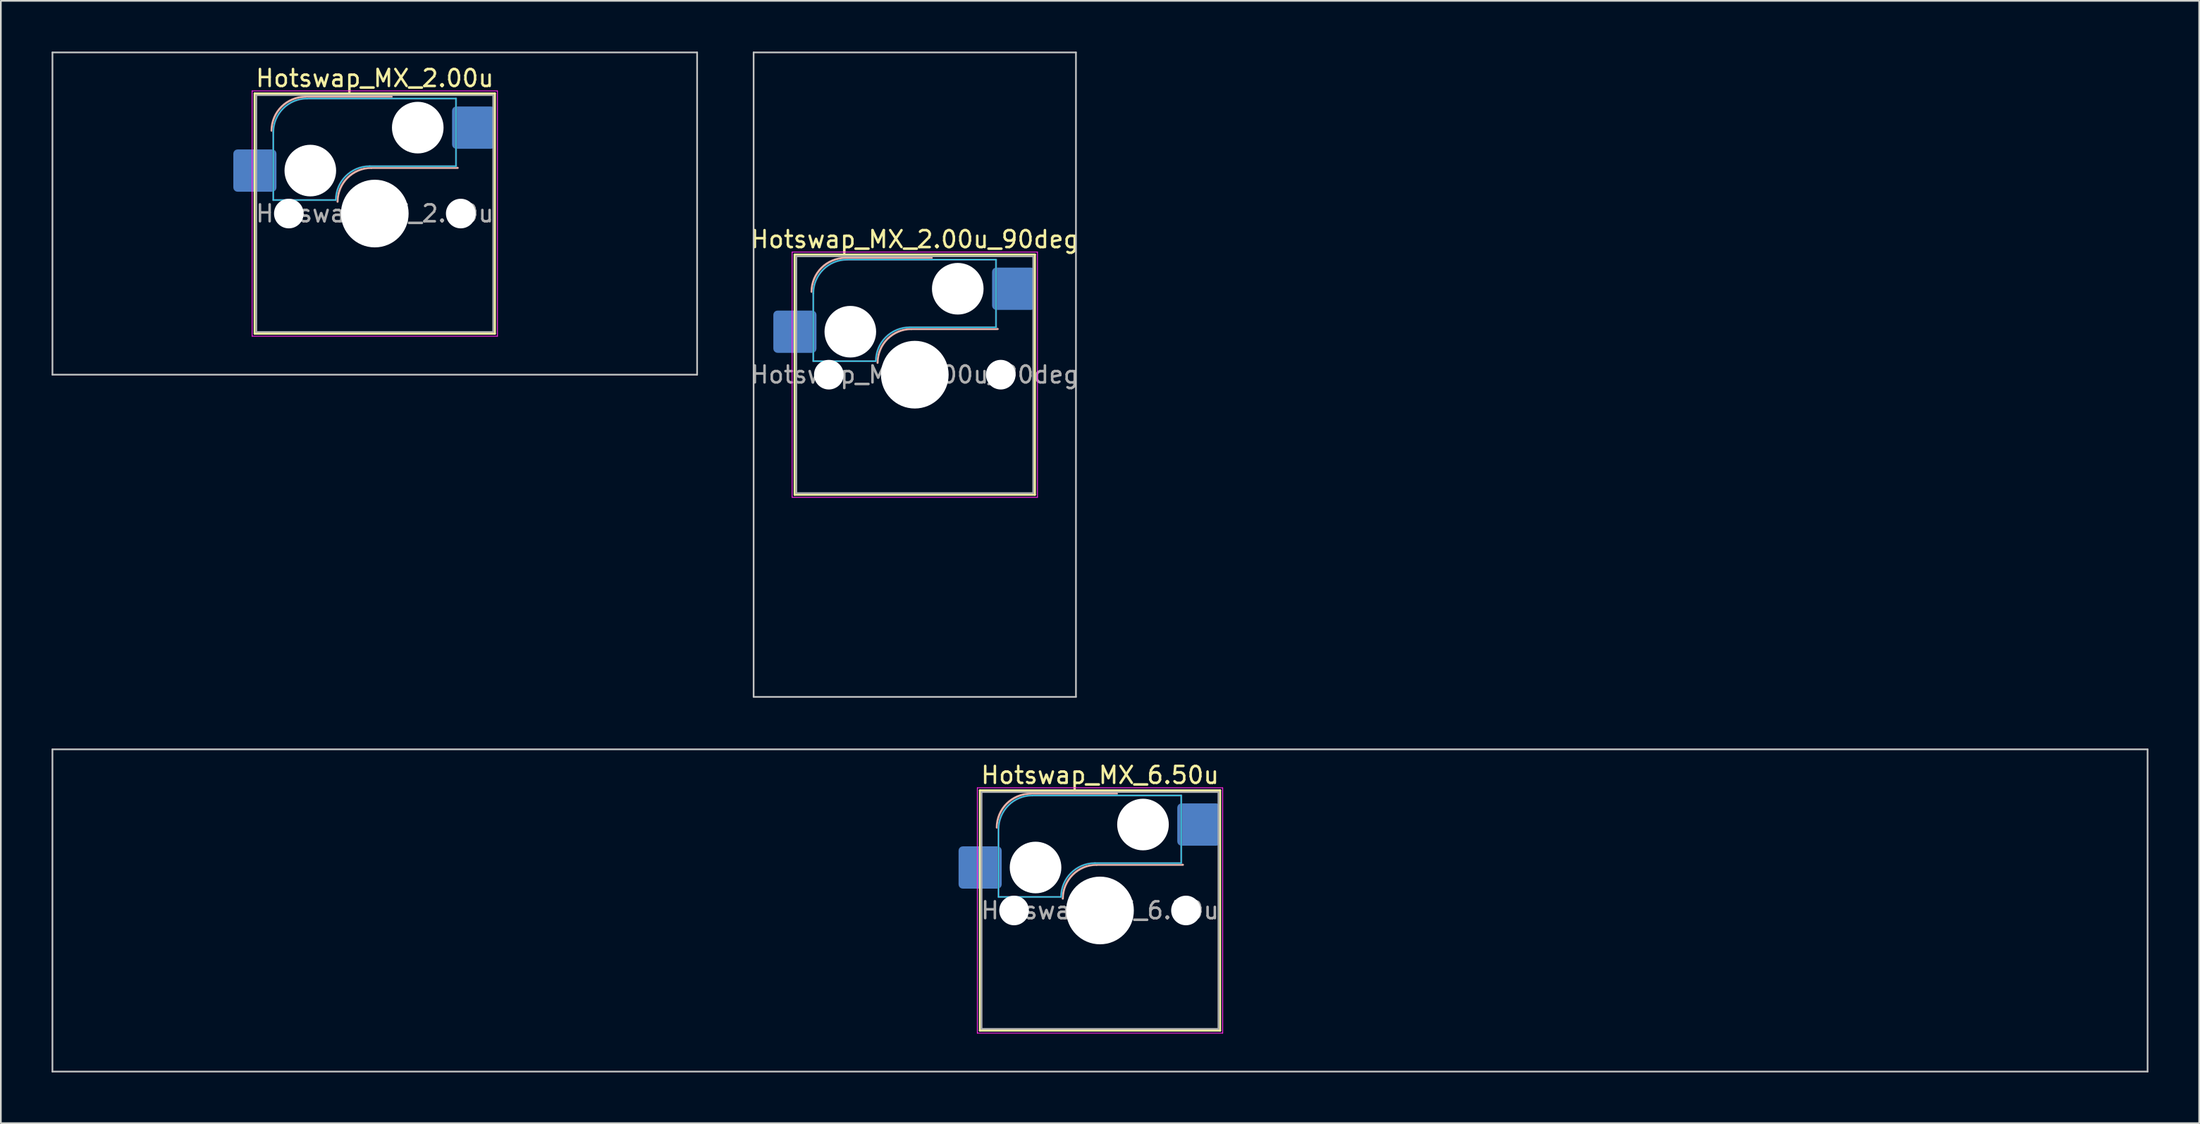
<source format=kicad_pcb>
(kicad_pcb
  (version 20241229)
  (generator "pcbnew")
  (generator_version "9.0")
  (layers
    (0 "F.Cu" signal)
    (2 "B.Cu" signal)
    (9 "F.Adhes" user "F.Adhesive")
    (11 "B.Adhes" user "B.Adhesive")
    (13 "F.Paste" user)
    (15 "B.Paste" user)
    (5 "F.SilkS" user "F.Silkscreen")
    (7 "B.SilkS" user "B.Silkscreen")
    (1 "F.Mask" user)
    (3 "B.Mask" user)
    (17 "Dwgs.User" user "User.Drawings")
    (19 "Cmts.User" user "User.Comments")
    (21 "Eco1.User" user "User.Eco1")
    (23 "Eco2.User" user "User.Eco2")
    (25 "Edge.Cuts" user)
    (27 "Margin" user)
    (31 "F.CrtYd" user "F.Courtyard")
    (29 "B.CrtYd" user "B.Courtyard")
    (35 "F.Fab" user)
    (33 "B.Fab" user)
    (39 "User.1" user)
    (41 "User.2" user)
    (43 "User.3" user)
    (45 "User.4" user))
  (footprint "Hotswap_MX_2.00u_90deg"
    (layer "F.Cu")
    (at 51.015 19.1)
    (property "Reference" "Hotswap_MX_2.00u_90deg" (at 0 -8 0) (layer "F.SilkS") (effects (font (size 1 1) (thickness 0.15))))
    (attr smd)
    (fp_line (start -7.1 -7.1) (end -7.1 7.1) (stroke (width 0.12) (type solid)) (layer "F.SilkS"))
    (fp_line (start -7.1 7.1) (end 7.1 7.1) (stroke (width 0.12) (type solid)) (layer "F.SilkS"))
    (fp_line (start 7.1 -7.1) (end -7.1 -7.1) (stroke (width 0.12) (type solid)) (layer "F.SilkS"))
    (fp_line (start 7.1 7.1) (end 7.1 -7.1) (stroke (width 0.12) (type solid)) (layer "F.SilkS"))
    (fp_line (start -4.1 -6.9) (end 1 -6.9) (stroke (width 0.12) (type solid)) (layer "B.SilkS"))
    (fp_line (start -0.2 -2.7) (end 4.9 -2.7) (stroke (width 0.12) (type solid)) (layer "B.SilkS"))
    (fp_arc (start -6.1 -4.9) (mid -5.514214 -6.314214) (end -4.1 -6.9) (stroke (width 0.12) (type solid)) (layer "B.SilkS"))
    (fp_arc (start -2.2 -0.7) (mid -1.614214 -2.114214) (end -0.2 -2.7) (stroke (width 0.12) (type solid)) (layer "B.SilkS"))
    (fp_line (start -9.525 -19.05) (end 9.525 -19.05) (stroke (width 0.1) (type solid)) (layer "Dwgs.User"))
    (fp_line (start -9.525 19.05) (end -9.525 -19.05) (stroke (width 0.1) (type solid)) (layer "Dwgs.User"))
    (fp_line (start 9.525 -19.05) (end 9.525 19.05) (stroke (width 0.1) (type solid)) (layer "Dwgs.User"))
    (fp_line (start 9.525 19.05) (end -9.525 19.05) (stroke (width 0.1) (type solid)) (layer "Dwgs.User"))
    (fp_line (start -7.8 -6) (end -7 -6) (stroke (width 0.1) (type solid)) (layer "Eco1.User"))
    (fp_line (start -7.8 -2.9) (end -7.8 -6) (stroke (width 0.1) (type solid)) (layer "Eco1.User"))
    (fp_line (start -7.8 2.9) (end -7 2.9) (stroke (width 0.1) (type solid)) (layer "Eco1.User"))
    (fp_line (start -7.8 6) (end -7.8 2.9) (stroke (width 0.1) (type solid)) (layer "Eco1.User"))
    (fp_line (start -7 -7) (end 7 -7) (stroke (width 0.1) (type solid)) (layer "Eco1.User"))
    (fp_line (start -7 -6) (end -7 -7) (stroke (width 0.1) (type solid)) (layer "Eco1.User"))
    (fp_line (start -7 -2.9) (end -7.8 -2.9) (stroke (width 0.1) (type solid)) (layer "Eco1.User"))
    (fp_line (start -7 2.9) (end -7 -2.9) (stroke (width 0.1) (type solid)) (layer "Eco1.User"))
    (fp_line (start -7 6) (end -7.8 6) (stroke (width 0.1) (type solid)) (layer "Eco1.User"))
    (fp_line (start -7 7) (end -7 6) (stroke (width 0.1) (type solid)) (layer "Eco1.User"))
    (fp_line (start 7 -7) (end 7 -6) (stroke (width 0.1) (type solid)) (layer "Eco1.User"))
    (fp_line (start 7 -6) (end 7.8 -6) (stroke (width 0.1) (type solid)) (layer "Eco1.User"))
    (fp_line (start 7 -2.9) (end 7 2.9) (stroke (width 0.1) (type solid)) (layer "Eco1.User"))
    (fp_line (start 7 2.9) (end 7.8 2.9) (stroke (width 0.1) (type solid)) (layer "Eco1.User"))
    (fp_line (start 7 6) (end 7 7) (stroke (width 0.1) (type solid)) (layer "Eco1.User"))
    (fp_line (start 7 7) (end -7 7) (stroke (width 0.1) (type solid)) (layer "Eco1.User"))
    (fp_line (start 7.8 -6) (end 7.8 -2.9) (stroke (width 0.1) (type solid)) (layer "Eco1.User"))
    (fp_line (start 7.8 -2.9) (end 7 -2.9) (stroke (width 0.1) (type solid)) (layer "Eco1.User"))
    (fp_line (start 7.8 2.9) (end 7.8 6) (stroke (width 0.1) (type solid)) (layer "Eco1.User"))
    (fp_line (start 7.8 6) (end 7 6) (stroke (width 0.1) (type solid)) (layer "Eco1.User"))
    (fp_line (start -6 -0.8) (end -6 -4.8) (stroke (width 0.05) (type solid)) (layer "B.CrtYd"))
    (fp_line (start -6 -0.8) (end -2.3 -0.8) (stroke (width 0.05) (type solid)) (layer "B.CrtYd"))
    (fp_line (start -4 -6.8) (end 4.8 -6.8) (stroke (width 0.05) (type solid)) (layer "B.CrtYd"))
    (fp_line (start -0.3 -2.8) (end 4.8 -2.8) (stroke (width 0.05) (type solid)) (layer "B.CrtYd"))
    (fp_line (start 4.8 -6.8) (end 4.8 -2.8) (stroke (width 0.05) (type solid)) (layer "B.CrtYd"))
    (fp_arc (start -6 -4.8) (mid -5.414214 -6.214214) (end -4 -6.8) (stroke (width 0.05) (type solid)) (layer "B.CrtYd"))
    (fp_arc (start -2.3 -0.8) (mid -1.714214 -2.214214) (end -0.3 -2.8) (stroke (width 0.05) (type solid)) (layer "B.CrtYd"))
    (fp_line (start -7.25 -7.25) (end -7.25 7.25) (stroke (width 0.05) (type solid)) (layer "F.CrtYd"))
    (fp_line (start -7.25 7.25) (end 7.25 7.25) (stroke (width 0.05) (type solid)) (layer "F.CrtYd"))
    (fp_line (start 7.25 -7.25) (end -7.25 -7.25) (stroke (width 0.05) (type solid)) (layer "F.CrtYd"))
    (fp_line (start 7.25 7.25) (end 7.25 -7.25) (stroke (width 0.05) (type solid)) (layer "F.CrtYd"))
    (fp_line (start -6 -0.8) (end -6 -4.8) (stroke (width 0.12) (type solid)) (layer "B.Fab"))
    (fp_line (start -6 -0.8) (end -2.3 -0.8) (stroke (width 0.12) (type solid)) (layer "B.Fab"))
    (fp_line (start -4 -6.8) (end 4.8 -6.8) (stroke (width 0.12) (type solid)) (layer "B.Fab"))
    (fp_line (start -0.3 -2.8) (end 4.8 -2.8) (stroke (width 0.12) (type solid)) (layer "B.Fab"))
    (fp_line (start 4.8 -6.8) (end 4.8 -2.8) (stroke (width 0.12) (type solid)) (layer "B.Fab"))
    (fp_arc (start -6 -4.8) (mid -5.414214 -6.214214) (end -4 -6.8) (stroke (width 0.12) (type solid)) (layer "B.Fab"))
    (fp_arc (start -2.3 -0.8) (mid -1.714214 -2.214214) (end -0.3 -2.8) (stroke (width 0.12) (type solid)) (layer "B.Fab"))
    (fp_line (start -7 -7) (end -7 7) (stroke (width 0.1) (type solid)) (layer "F.Fab"))
    (fp_line (start -7 7) (end 7 7) (stroke (width 0.1) (type solid)) (layer "F.Fab"))
    (fp_line (start 7 -7) (end -7 -7) (stroke (width 0.1) (type solid)) (layer "F.Fab"))
    (fp_line (start 7 7) (end 7 -7) (stroke (width 0.1) (type solid)) (layer "F.Fab"))
    (fp_text user "${REFERENCE}" (at 0 0 0) (layer "F.Fab") (effects (font (size 1 1) (thickness 0.15))))
    (pad "" np_thru_hole circle (at -5.08 0) (size 1.75 1.75) (drill 1.75) (layers "*.Cu" "*.Mask"))
    (pad "" np_thru_hole circle (at -3.81 -2.54) (size 3.05 3.05) (drill 3.05) (layers "*.Cu" "*.Mask"))
    (pad "" np_thru_hole circle (at 0 0) (size 4 4) (drill 4) (layers "*.Cu" "*.Mask"))
    (pad "" np_thru_hole circle (at 2.54 -5.08) (size 3.05 3.05) (drill 3.05) (layers "*.Cu" "*.Mask"))
    (pad "" np_thru_hole circle (at 5.08 0) (size 1.75 1.75) (drill 1.75) (layers "*.Cu" "*.Mask"))
    (pad "1" smd roundrect (at -7.085 -2.54) (size 2.55 2.5) (layers "B.Cu" "B.Mask" "B.Paste") (roundrect_rratio 0.1))
    (pad "2" smd roundrect (at 5.842 -5.08) (size 2.55 2.5) (layers "B.Cu" "B.Mask" "B.Paste") (roundrect_rratio 0.1)))
  (footprint "Hotswap_MX_2.00u"
    (layer "F.Cu")
    (at 19.1 9.575)
    (property "Reference" "Hotswap_MX_2.00u" (at 0 -8 0) (layer "F.SilkS") (effects (font (size 1 1) (thickness 0.15))))
    (attr smd)
    (fp_line (start -7.1 -7.1) (end -7.1 7.1) (stroke (width 0.12) (type solid)) (layer "F.SilkS"))
    (fp_line (start -7.1 7.1) (end 7.1 7.1) (stroke (width 0.12) (type solid)) (layer "F.SilkS"))
    (fp_line (start 7.1 -7.1) (end -7.1 -7.1) (stroke (width 0.12) (type solid)) (layer "F.SilkS"))
    (fp_line (start 7.1 7.1) (end 7.1 -7.1) (stroke (width 0.12) (type solid)) (layer "F.SilkS"))
    (fp_line (start -4.1 -6.9) (end 1 -6.9) (stroke (width 0.12) (type solid)) (layer "B.SilkS"))
    (fp_line (start -0.2 -2.7) (end 4.9 -2.7) (stroke (width 0.12) (type solid)) (layer "B.SilkS"))
    (fp_arc (start -6.1 -4.9) (mid -5.514214 -6.314214) (end -4.1 -6.9) (stroke (width 0.12) (type solid)) (layer "B.SilkS"))
    (fp_arc (start -2.2 -0.7) (mid -1.614214 -2.114214) (end -0.2 -2.7) (stroke (width 0.12) (type solid)) (layer "B.SilkS"))
    (fp_line (start -19.05 -9.525) (end -19.05 9.525) (stroke (width 0.1) (type solid)) (layer "Dwgs.User"))
    (fp_line (start -19.05 9.525) (end 19.05 9.525) (stroke (width 0.1) (type solid)) (layer "Dwgs.User"))
    (fp_line (start 19.05 -9.525) (end -19.05 -9.525) (stroke (width 0.1) (type solid)) (layer "Dwgs.User"))
    (fp_line (start 19.05 9.525) (end 19.05 -9.525) (stroke (width 0.1) (type solid)) (layer "Dwgs.User"))
    (fp_line (start -7.8 -6) (end -7 -6) (stroke (width 0.1) (type solid)) (layer "Eco1.User"))
    (fp_line (start -7.8 -2.9) (end -7.8 -6) (stroke (width 0.1) (type solid)) (layer "Eco1.User"))
    (fp_line (start -7.8 2.9) (end -7 2.9) (stroke (width 0.1) (type solid)) (layer "Eco1.User"))
    (fp_line (start -7.8 6) (end -7.8 2.9) (stroke (width 0.1) (type solid)) (layer "Eco1.User"))
    (fp_line (start -7 -7) (end 7 -7) (stroke (width 0.1) (type solid)) (layer "Eco1.User"))
    (fp_line (start -7 -6) (end -7 -7) (stroke (width 0.1) (type solid)) (layer "Eco1.User"))
    (fp_line (start -7 -2.9) (end -7.8 -2.9) (stroke (width 0.1) (type solid)) (layer "Eco1.User"))
    (fp_line (start -7 2.9) (end -7 -2.9) (stroke (width 0.1) (type solid)) (layer "Eco1.User"))
    (fp_line (start -7 6) (end -7.8 6) (stroke (width 0.1) (type solid)) (layer "Eco1.User"))
    (fp_line (start -7 7) (end -7 6) (stroke (width 0.1) (type solid)) (layer "Eco1.User"))
    (fp_line (start 7 -7) (end 7 -6) (stroke (width 0.1) (type solid)) (layer "Eco1.User"))
    (fp_line (start 7 -6) (end 7.8 -6) (stroke (width 0.1) (type solid)) (layer "Eco1.User"))
    (fp_line (start 7 -2.9) (end 7 2.9) (stroke (width 0.1) (type solid)) (layer "Eco1.User"))
    (fp_line (start 7 2.9) (end 7.8 2.9) (stroke (width 0.1) (type solid)) (layer "Eco1.User"))
    (fp_line (start 7 6) (end 7 7) (stroke (width 0.1) (type solid)) (layer "Eco1.User"))
    (fp_line (start 7 7) (end -7 7) (stroke (width 0.1) (type solid)) (layer "Eco1.User"))
    (fp_line (start 7.8 -6) (end 7.8 -2.9) (stroke (width 0.1) (type solid)) (layer "Eco1.User"))
    (fp_line (start 7.8 -2.9) (end 7 -2.9) (stroke (width 0.1) (type solid)) (layer "Eco1.User"))
    (fp_line (start 7.8 2.9) (end 7.8 6) (stroke (width 0.1) (type solid)) (layer "Eco1.User"))
    (fp_line (start 7.8 6) (end 7 6) (stroke (width 0.1) (type solid)) (layer "Eco1.User"))
    (fp_line (start -6 -0.8) (end -6 -4.8) (stroke (width 0.05) (type solid)) (layer "B.CrtYd"))
    (fp_line (start -6 -0.8) (end -2.3 -0.8) (stroke (width 0.05) (type solid)) (layer "B.CrtYd"))
    (fp_line (start -4 -6.8) (end 4.8 -6.8) (stroke (width 0.05) (type solid)) (layer "B.CrtYd"))
    (fp_line (start -0.3 -2.8) (end 4.8 -2.8) (stroke (width 0.05) (type solid)) (layer "B.CrtYd"))
    (fp_line (start 4.8 -6.8) (end 4.8 -2.8) (stroke (width 0.05) (type solid)) (layer "B.CrtYd"))
    (fp_arc (start -6 -4.8) (mid -5.414214 -6.214214) (end -4 -6.8) (stroke (width 0.05) (type solid)) (layer "B.CrtYd"))
    (fp_arc (start -2.3 -0.8) (mid -1.714214 -2.214214) (end -0.3 -2.8) (stroke (width 0.05) (type solid)) (layer "B.CrtYd"))
    (fp_line (start -7.25 -7.25) (end -7.25 7.25) (stroke (width 0.05) (type solid)) (layer "F.CrtYd"))
    (fp_line (start -7.25 7.25) (end 7.25 7.25) (stroke (width 0.05) (type solid)) (layer "F.CrtYd"))
    (fp_line (start 7.25 -7.25) (end -7.25 -7.25) (stroke (width 0.05) (type solid)) (layer "F.CrtYd"))
    (fp_line (start 7.25 7.25) (end 7.25 -7.25) (stroke (width 0.05) (type solid)) (layer "F.CrtYd"))
    (fp_line (start -6 -0.8) (end -6 -4.8) (stroke (width 0.12) (type solid)) (layer "B.Fab"))
    (fp_line (start -6 -0.8) (end -2.3 -0.8) (stroke (width 0.12) (type solid)) (layer "B.Fab"))
    (fp_line (start -4 -6.8) (end 4.8 -6.8) (stroke (width 0.12) (type solid)) (layer "B.Fab"))
    (fp_line (start -0.3 -2.8) (end 4.8 -2.8) (stroke (width 0.12) (type solid)) (layer "B.Fab"))
    (fp_line (start 4.8 -6.8) (end 4.8 -2.8) (stroke (width 0.12) (type solid)) (layer "B.Fab"))
    (fp_arc (start -6 -4.8) (mid -5.414214 -6.214214) (end -4 -6.8) (stroke (width 0.12) (type solid)) (layer "B.Fab"))
    (fp_arc (start -2.3 -0.8) (mid -1.714214 -2.214214) (end -0.3 -2.8) (stroke (width 0.12) (type solid)) (layer "B.Fab"))
    (fp_line (start -7 -7) (end -7 7) (stroke (width 0.1) (type solid)) (layer "F.Fab"))
    (fp_line (start -7 7) (end 7 7) (stroke (width 0.1) (type solid)) (layer "F.Fab"))
    (fp_line (start 7 -7) (end -7 -7) (stroke (width 0.1) (type solid)) (layer "F.Fab"))
    (fp_line (start 7 7) (end 7 -7) (stroke (width 0.1) (type solid)) (layer "F.Fab"))
    (fp_text user "${REFERENCE}" (at 0 0 0) (layer "F.Fab") (effects (font (size 1 1) (thickness 0.15))))
    (pad "" np_thru_hole circle (at -5.08 0) (size 1.75 1.75) (drill 1.75) (layers "*.Cu" "*.Mask"))
    (pad "" np_thru_hole circle (at -3.81 -2.54) (size 3.05 3.05) (drill 3.05) (layers "*.Cu" "*.Mask"))
    (pad "" np_thru_hole circle (at 0 0) (size 4 4) (drill 4) (layers "*.Cu" "*.Mask"))
    (pad "" np_thru_hole circle (at 2.54 -5.08) (size 3.05 3.05) (drill 3.05) (layers "*.Cu" "*.Mask"))
    (pad "" np_thru_hole circle (at 5.08 0) (size 1.75 1.75) (drill 1.75) (layers "*.Cu" "*.Mask"))
    (pad "1" smd roundrect (at -7.085 -2.54) (size 2.55 2.5) (layers "B.Cu" "B.Mask" "B.Paste") (roundrect_rratio 0.1))
    (pad "2" smd roundrect (at 5.842 -5.08) (size 2.55 2.5) (layers "B.Cu" "B.Mask" "B.Paste") (roundrect_rratio 0.1)))
  (footprint "Hotswap_MX_6.50u"
    (layer "F.Cu")
    (at 61.962 50.775)
    (property "Reference" "Hotswap_MX_6.50u" (at 0 -8 0) (layer "F.SilkS") (effects (font (size 1 1) (thickness 0.15))))
    (attr smd)
    (fp_line (start -7.1 -7.1) (end -7.1 7.1) (stroke (width 0.12) (type solid)) (layer "F.SilkS"))
    (fp_line (start -7.1 7.1) (end 7.1 7.1) (stroke (width 0.12) (type solid)) (layer "F.SilkS"))
    (fp_line (start 7.1 -7.1) (end -7.1 -7.1) (stroke (width 0.12) (type solid)) (layer "F.SilkS"))
    (fp_line (start 7.1 7.1) (end 7.1 -7.1) (stroke (width 0.12) (type solid)) (layer "F.SilkS"))
    (fp_line (start -4.1 -6.9) (end 1 -6.9) (stroke (width 0.12) (type solid)) (layer "B.SilkS"))
    (fp_line (start -0.2 -2.7) (end 4.9 -2.7) (stroke (width 0.12) (type solid)) (layer "B.SilkS"))
    (fp_arc (start -6.1 -4.9) (mid -5.514214 -6.314214) (end -4.1 -6.9) (stroke (width 0.12) (type solid)) (layer "B.SilkS"))
    (fp_arc (start -2.2 -0.7) (mid -1.614214 -2.114214) (end -0.2 -2.7) (stroke (width 0.12) (type solid)) (layer "B.SilkS"))
    (fp_line (start -61.913 -9.525) (end -61.913 9.525) (stroke (width 0.1) (type solid)) (layer "Dwgs.User"))
    (fp_line (start -61.913 9.525) (end 61.913 9.525) (stroke (width 0.1) (type solid)) (layer "Dwgs.User"))
    (fp_line (start 61.913 -9.525) (end -61.913 -9.525) (stroke (width 0.1) (type solid)) (layer "Dwgs.User"))
    (fp_line (start 61.913 9.525) (end 61.913 -9.525) (stroke (width 0.1) (type solid)) (layer "Dwgs.User"))
    (fp_line (start -7.8 -6) (end -7 -6) (stroke (width 0.1) (type solid)) (layer "Eco1.User"))
    (fp_line (start -7.8 -2.9) (end -7.8 -6) (stroke (width 0.1) (type solid)) (layer "Eco1.User"))
    (fp_line (start -7.8 2.9) (end -7 2.9) (stroke (width 0.1) (type solid)) (layer "Eco1.User"))
    (fp_line (start -7.8 6) (end -7.8 2.9) (stroke (width 0.1) (type solid)) (layer "Eco1.User"))
    (fp_line (start -7 -7) (end 7 -7) (stroke (width 0.1) (type solid)) (layer "Eco1.User"))
    (fp_line (start -7 -6) (end -7 -7) (stroke (width 0.1) (type solid)) (layer "Eco1.User"))
    (fp_line (start -7 -2.9) (end -7.8 -2.9) (stroke (width 0.1) (type solid)) (layer "Eco1.User"))
    (fp_line (start -7 2.9) (end -7 -2.9) (stroke (width 0.1) (type solid)) (layer "Eco1.User"))
    (fp_line (start -7 6) (end -7.8 6) (stroke (width 0.1) (type solid)) (layer "Eco1.User"))
    (fp_line (start -7 7) (end -7 6) (stroke (width 0.1) (type solid)) (layer "Eco1.User"))
    (fp_line (start 7 -7) (end 7 -6) (stroke (width 0.1) (type solid)) (layer "Eco1.User"))
    (fp_line (start 7 -6) (end 7.8 -6) (stroke (width 0.1) (type solid)) (layer "Eco1.User"))
    (fp_line (start 7 -2.9) (end 7 2.9) (stroke (width 0.1) (type solid)) (layer "Eco1.User"))
    (fp_line (start 7 2.9) (end 7.8 2.9) (stroke (width 0.1) (type solid)) (layer "Eco1.User"))
    (fp_line (start 7 6) (end 7 7) (stroke (width 0.1) (type solid)) (layer "Eco1.User"))
    (fp_line (start 7 7) (end -7 7) (stroke (width 0.1) (type solid)) (layer "Eco1.User"))
    (fp_line (start 7.8 -6) (end 7.8 -2.9) (stroke (width 0.1) (type solid)) (layer "Eco1.User"))
    (fp_line (start 7.8 -2.9) (end 7 -2.9) (stroke (width 0.1) (type solid)) (layer "Eco1.User"))
    (fp_line (start 7.8 2.9) (end 7.8 6) (stroke (width 0.1) (type solid)) (layer "Eco1.User"))
    (fp_line (start 7.8 6) (end 7 6) (stroke (width 0.1) (type solid)) (layer "Eco1.User"))
    (fp_line (start -6 -0.8) (end -6 -4.8) (stroke (width 0.05) (type solid)) (layer "B.CrtYd"))
    (fp_line (start -6 -0.8) (end -2.3 -0.8) (stroke (width 0.05) (type solid)) (layer "B.CrtYd"))
    (fp_line (start -4 -6.8) (end 4.8 -6.8) (stroke (width 0.05) (type solid)) (layer "B.CrtYd"))
    (fp_line (start -0.3 -2.8) (end 4.8 -2.8) (stroke (width 0.05) (type solid)) (layer "B.CrtYd"))
    (fp_line (start 4.8 -6.8) (end 4.8 -2.8) (stroke (width 0.05) (type solid)) (layer "B.CrtYd"))
    (fp_arc (start -6 -4.8) (mid -5.414214 -6.214214) (end -4 -6.8) (stroke (width 0.05) (type solid)) (layer "B.CrtYd"))
    (fp_arc (start -2.3 -0.8) (mid -1.714214 -2.214214) (end -0.3 -2.8) (stroke (width 0.05) (type solid)) (layer "B.CrtYd"))
    (fp_line (start -7.25 -7.25) (end -7.25 7.25) (stroke (width 0.05) (type solid)) (layer "F.CrtYd"))
    (fp_line (start -7.25 7.25) (end 7.25 7.25) (stroke (width 0.05) (type solid)) (layer "F.CrtYd"))
    (fp_line (start 7.25 -7.25) (end -7.25 -7.25) (stroke (width 0.05) (type solid)) (layer "F.CrtYd"))
    (fp_line (start 7.25 7.25) (end 7.25 -7.25) (stroke (width 0.05) (type solid)) (layer "F.CrtYd"))
    (fp_line (start -6 -0.8) (end -6 -4.8) (stroke (width 0.12) (type solid)) (layer "B.Fab"))
    (fp_line (start -6 -0.8) (end -2.3 -0.8) (stroke (width 0.12) (type solid)) (layer "B.Fab"))
    (fp_line (start -4 -6.8) (end 4.8 -6.8) (stroke (width 0.12) (type solid)) (layer "B.Fab"))
    (fp_line (start -0.3 -2.8) (end 4.8 -2.8) (stroke (width 0.12) (type solid)) (layer "B.Fab"))
    (fp_line (start 4.8 -6.8) (end 4.8 -2.8) (stroke (width 0.12) (type solid)) (layer "B.Fab"))
    (fp_arc (start -6 -4.8) (mid -5.414214 -6.214214) (end -4 -6.8) (stroke (width 0.12) (type solid)) (layer "B.Fab"))
    (fp_arc (start -2.3 -0.8) (mid -1.714214 -2.214214) (end -0.3 -2.8) (stroke (width 0.12) (type solid)) (layer "B.Fab"))
    (fp_line (start -7 -7) (end -7 7) (stroke (width 0.1) (type solid)) (layer "F.Fab"))
    (fp_line (start -7 7) (end 7 7) (stroke (width 0.1) (type solid)) (layer "F.Fab"))
    (fp_line (start 7 -7) (end -7 -7) (stroke (width 0.1) (type solid)) (layer "F.Fab"))
    (fp_line (start 7 7) (end 7 -7) (stroke (width 0.1) (type solid)) (layer "F.Fab"))
    (fp_text user "${REFERENCE}" (at 0 0 0) (layer "F.Fab") (effects (font (size 1 1) (thickness 0.15))))
    (pad "" np_thru_hole circle (at -5.08 0) (size 1.75 1.75) (drill 1.75) (layers "*.Cu" "*.Mask"))
    (pad "" np_thru_hole circle (at -3.81 -2.54) (size 3.05 3.05) (drill 3.05) (layers "*.Cu" "*.Mask"))
    (pad "" np_thru_hole circle (at 0 0) (size 4 4) (drill 4) (layers "*.Cu" "*.Mask"))
    (pad "" np_thru_hole circle (at 2.54 -5.08) (size 3.05 3.05) (drill 3.05) (layers "*.Cu" "*.Mask"))
    (pad "" np_thru_hole circle (at 5.08 0) (size 1.75 1.75) (drill 1.75) (layers "*.Cu" "*.Mask"))
    (pad "1" smd roundrect (at -7.085 -2.54) (size 2.55 2.5) (layers "B.Cu" "B.Mask" "B.Paste") (roundrect_rratio 0.1))
    (pad "2" smd roundrect (at 5.842 -5.08) (size 2.55 2.5) (layers "B.Cu" "B.Mask" "B.Paste") (roundrect_rratio 0.1)))
  (gr_rect
    (start -3 -3)
    (end 126.925 63.35)
    (stroke (width 0.1) (type default))
    (fill no)
    (layer "Edge.Cuts")))
</source>
